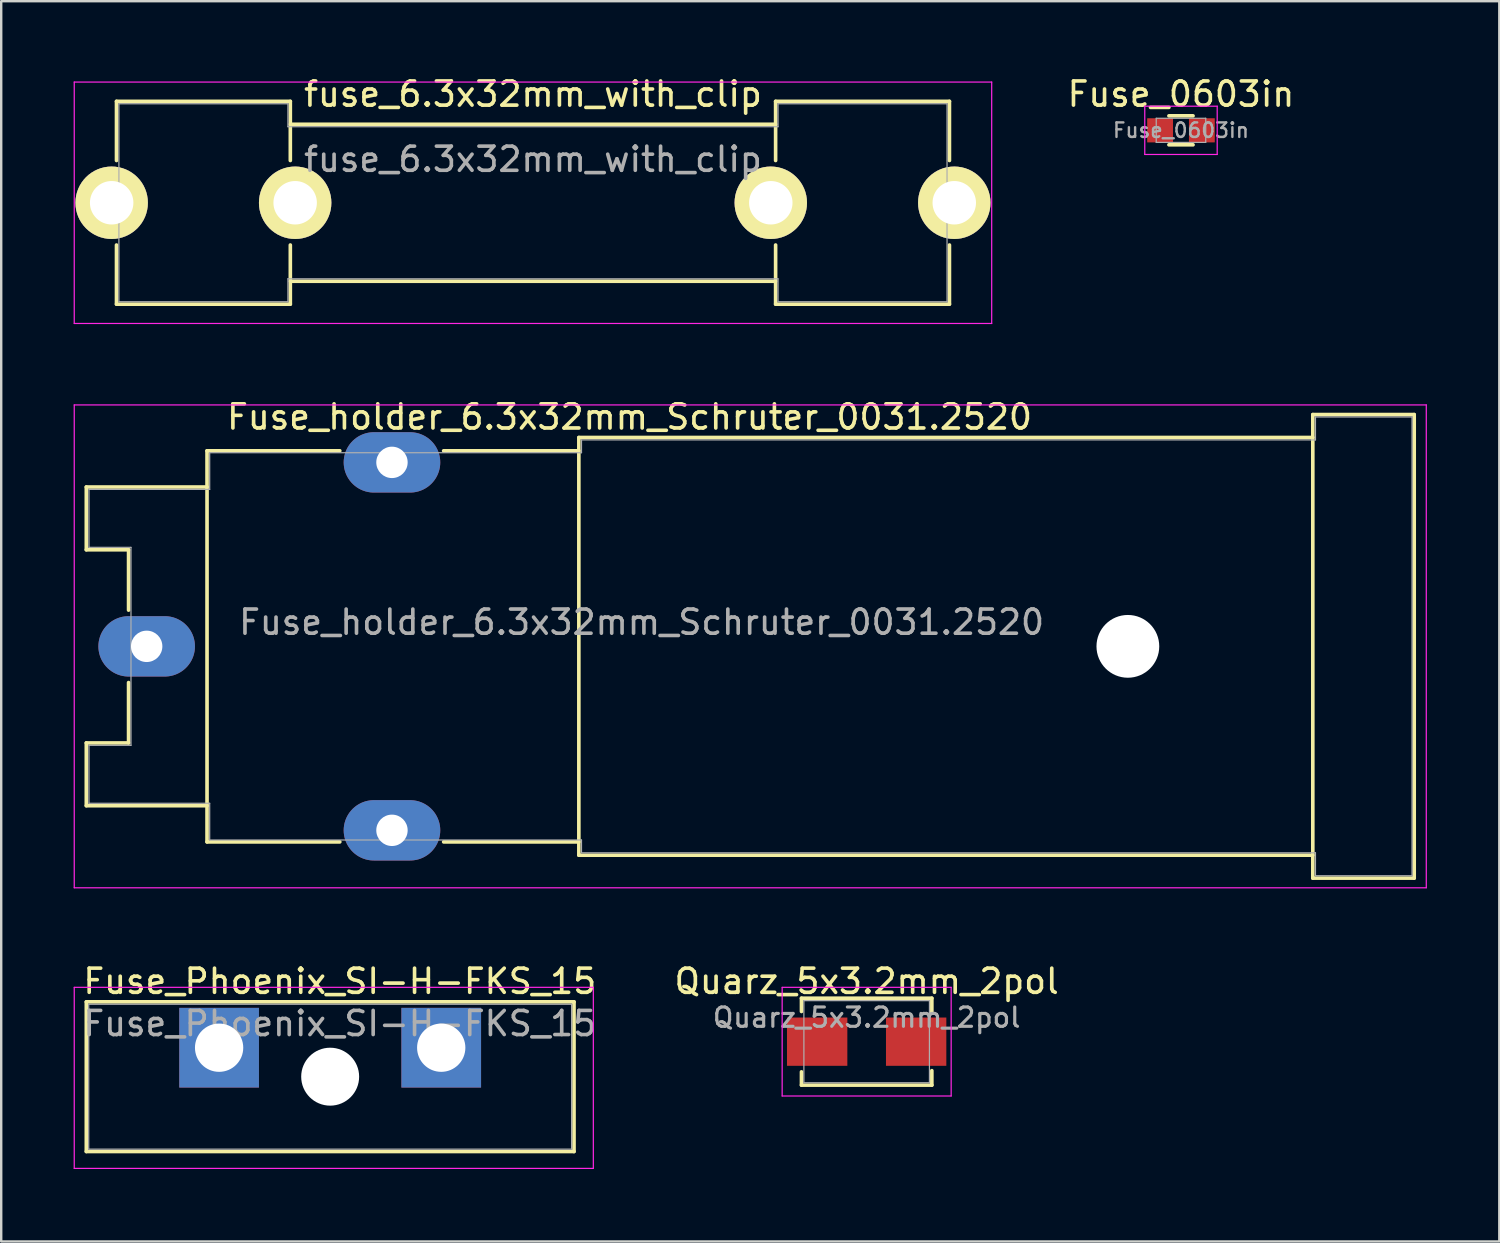
<source format=kicad_pcb>
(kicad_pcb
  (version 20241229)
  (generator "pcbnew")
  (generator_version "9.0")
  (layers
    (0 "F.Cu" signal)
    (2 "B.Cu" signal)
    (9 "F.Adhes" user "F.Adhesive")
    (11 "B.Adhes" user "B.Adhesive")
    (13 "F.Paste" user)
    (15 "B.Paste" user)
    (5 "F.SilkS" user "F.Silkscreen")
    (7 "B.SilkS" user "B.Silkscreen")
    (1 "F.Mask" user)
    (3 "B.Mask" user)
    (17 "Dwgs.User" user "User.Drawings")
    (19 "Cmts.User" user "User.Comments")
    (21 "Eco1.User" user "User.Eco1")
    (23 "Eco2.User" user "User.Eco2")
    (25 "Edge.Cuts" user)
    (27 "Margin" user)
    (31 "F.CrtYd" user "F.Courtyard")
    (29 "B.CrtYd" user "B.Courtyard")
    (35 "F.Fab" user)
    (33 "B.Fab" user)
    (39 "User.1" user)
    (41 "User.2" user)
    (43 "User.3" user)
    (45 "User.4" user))
  (footprint "Quarz_5x3.2mm_2pol"
    (layer "F.Cu")
    (at 32.846 40.095)
    (property "Reference" "Quarz_5x3.2mm_2pol" (at 0 -1 0) (layer "F.Fab") (effects (font (size 0.8 0.8) (thickness 0.13))))
    (attr through_hole)
    (fp_line (start -2.7 -1.8) (end -2.7 -1.25) (stroke (width 0.15) (type solid)) (layer "F.SilkS"))
    (fp_line (start -2.7 -1.8) (end 2.7 -1.8) (stroke (width 0.15) (type solid)) (layer "F.SilkS"))
    (fp_line (start -2.7 1.8) (end -2.7 1.25) (stroke (width 0.15) (type solid)) (layer "F.SilkS"))
    (fp_line (start 2.7 -1.8) (end 2.7 -1.2) (stroke (width 0.15) (type solid)) (layer "F.SilkS"))
    (fp_line (start 2.7 1.8) (end -2.7 1.8) (stroke (width 0.15) (type solid)) (layer "F.SilkS"))
    (fp_line (start 2.7 1.8) (end 2.7 1.2) (stroke (width 0.15) (type solid)) (layer "F.SilkS"))
    (fp_line (start -3.5 -2.25) (end 3.5 -2.25) (stroke (width 0.05) (type solid)) (layer "F.CrtYd"))
    (fp_line (start -3.5 2.25) (end -3.5 -2.25) (stroke (width 0.05) (type solid)) (layer "F.CrtYd"))
    (fp_line (start 3.5 -2.25) (end 3.5 2.25) (stroke (width 0.05) (type solid)) (layer "F.CrtYd"))
    (fp_line (start 3.5 2.25) (end -3.5 2.25) (stroke (width 0.05) (type solid)) (layer "F.CrtYd"))
    (fp_line (start -2.6 -1.7) (end 2.6 -1.7) (stroke (width 0.05) (type solid)) (layer "F.Fab"))
    (fp_line (start -2.6 1.7) (end -2.6 -1.7) (stroke (width 0.05) (type solid)) (layer "F.Fab"))
    (fp_line (start 2.6 -1.7) (end 2.6 1.7) (stroke (width 0.05) (type solid)) (layer "F.Fab"))
    (fp_line (start 2.6 1.7) (end -2.6 1.7) (stroke (width 0.05) (type solid)) (layer "F.Fab"))
    (fp_text user "${REFERENCE}" (at 0 -2.5 0) (layer "F.SilkS") (effects (font (size 1 1) (thickness 0.15))))
    (pad "1" smd rect (at -2.05 0) (size 2.5 2) (layers "F.Cu" "F.Mask" "F.Paste"))
    (pad "2" smd rect (at 2.05 0) (size 2.5 2) (layers "F.Cu" "F.Mask" "F.Paste")))
  (footprint "Fuse_holder_6.3x32mm_Schruter_0031.2520"
    (layer "F.Cu")
    (at 3.025 23.721)
    (property "Reference" "Fuse_holder_6.3x32mm_Schruter_0031.2520" (at 20.5 -1 0) (layer "F.Fab") (effects (font (size 1 1) (thickness 0.15))))
    (attr through_hole)
    (fp_line (start -2.5 -6.6) (end 2.5 -6.6) (stroke (width 0.15) (type solid)) (layer "F.SilkS"))
    (fp_line (start -2.5 -4) (end -2.5 -6.6) (stroke (width 0.15) (type solid)) (layer "F.SilkS"))
    (fp_line (start -2.5 4) (end -0.75 4) (stroke (width 0.15) (type solid)) (layer "F.SilkS"))
    (fp_line (start -2.5 6.6) (end -2.5 4) (stroke (width 0.15) (type solid)) (layer "F.SilkS"))
    (fp_line (start -2.5 6.6) (end 2.5 6.6) (stroke (width 0.15) (type solid)) (layer "F.SilkS"))
    (fp_line (start -0.75 -4) (end -2.5 -4) (stroke (width 0.15) (type solid)) (layer "F.SilkS"))
    (fp_line (start -0.75 -1.5) (end -0.75 -4) (stroke (width 0.15) (type solid)) (layer "F.SilkS"))
    (fp_line (start -0.75 4) (end -0.75 1.5) (stroke (width 0.15) (type solid)) (layer "F.SilkS"))
    (fp_line (start 2.5 -8.1) (end 8 -8.1) (stroke (width 0.15) (type solid)) (layer "F.SilkS"))
    (fp_line (start 2.5 8.1) (end 2.5 -8.1) (stroke (width 0.15) (type solid)) (layer "F.SilkS"))
    (fp_line (start 2.5 8.1) (end 8 8.1) (stroke (width 0.15) (type solid)) (layer "F.SilkS"))
    (fp_line (start 12.3 -8.1) (end 17.9 -8.1) (stroke (width 0.15) (type solid)) (layer "F.SilkS"))
    (fp_line (start 12.3 8.1) (end 17.9 8.1) (stroke (width 0.15) (type solid)) (layer "F.SilkS"))
    (fp_line (start 17.9 -8.65) (end 48.3 -8.65) (stroke (width 0.15) (type solid)) (layer "F.SilkS"))
    (fp_line (start 17.9 8.65) (end 17.9 -8.65) (stroke (width 0.15) (type solid)) (layer "F.SilkS"))
    (fp_line (start 17.9 8.65) (end 48.3 8.65) (stroke (width 0.15) (type solid)) (layer "F.SilkS"))
    (fp_line (start 48.3 -9.6) (end 52.5 -9.6) (stroke (width 0.15) (type solid)) (layer "F.SilkS"))
    (fp_line (start 48.3 9.6) (end 48.3 -9.6) (stroke (width 0.15) (type solid)) (layer "F.SilkS"))
    (fp_line (start 48.3 9.6) (end 52.5 9.6) (stroke (width 0.15) (type solid)) (layer "F.SilkS"))
    (fp_line (start 52.5 -9.6) (end 52.5 9.6) (stroke (width 0.15) (type solid)) (layer "F.SilkS"))
    (fp_line (start -3 -10) (end 53 -10) (stroke (width 0.05) (type solid)) (layer "F.CrtYd"))
    (fp_line (start -3 10) (end -3 -10) (stroke (width 0.05) (type solid)) (layer "F.CrtYd"))
    (fp_line (start 53 -10) (end 53 10) (stroke (width 0.05) (type solid)) (layer "F.CrtYd"))
    (fp_line (start 53 10) (end -3 10) (stroke (width 0.05) (type solid)) (layer "F.CrtYd"))
    (fp_line (start -2.39 -4.1) (end -2.39 -6.5) (stroke (width 0.05) (type solid)) (layer "F.Fab"))
    (fp_line (start -2.39 -4.1) (end -0.65 -4.1) (stroke (width 0.05) (type solid)) (layer "F.Fab"))
    (fp_line (start -2.39 4.1) (end -2.39 6.5) (stroke (width 0.05) (type solid)) (layer "F.Fab"))
    (fp_line (start -2.39 6.5) (end 2.61 6.5) (stroke (width 0.05) (type solid)) (layer "F.Fab"))
    (fp_line (start -0.65 -4.1) (end -0.65 4.1) (stroke (width 0.05) (type solid)) (layer "F.Fab"))
    (fp_line (start -0.65 4.1) (end -2.39 4.1) (stroke (width 0.05) (type solid)) (layer "F.Fab"))
    (fp_line (start 2.61 -8.02) (end 2.61 -6.5) (stroke (width 0.05) (type solid)) (layer "F.Fab"))
    (fp_line (start 2.61 -6.5) (end -2.39 -6.5) (stroke (width 0.05) (type solid)) (layer "F.Fab"))
    (fp_line (start 2.61 6.5) (end 2.61 8.02) (stroke (width 0.05) (type solid)) (layer "F.Fab"))
    (fp_line (start 2.61 8.02) (end 18.01 8.02) (stroke (width 0.05) (type solid)) (layer "F.Fab"))
    (fp_line (start 18.01 -8.55) (end 18.01 -8.02) (stroke (width 0.05) (type solid)) (layer "F.Fab"))
    (fp_line (start 18.01 -8.02) (end 2.61 -8.02) (stroke (width 0.05) (type solid)) (layer "F.Fab"))
    (fp_line (start 18.01 8.02) (end 18.01 8.55) (stroke (width 0.05) (type solid)) (layer "F.Fab"))
    (fp_line (start 18.01 8.55) (end 48.41 8.55) (stroke (width 0.05) (type solid)) (layer "F.Fab"))
    (fp_line (start 48.41 -9.5) (end 48.41 -8.55) (stroke (width 0.05) (type solid)) (layer "F.Fab"))
    (fp_line (start 48.41 -8.55) (end 18.01 -8.55) (stroke (width 0.05) (type solid)) (layer "F.Fab"))
    (fp_line (start 48.41 8.55) (end 48.41 9.5) (stroke (width 0.05) (type solid)) (layer "F.Fab"))
    (fp_line (start 48.41 9.5) (end 52.41 9.5) (stroke (width 0.05) (type solid)) (layer "F.Fab"))
    (fp_line (start 52.41 -9.5) (end 48.41 -9.5) (stroke (width 0.05) (type solid)) (layer "F.Fab"))
    (fp_line (start 52.41 -9.5) (end 52.41 9.5) (stroke (width 0.05) (type solid)) (layer "F.Fab"))
    (fp_text user "${REFERENCE}" (at 20 -9.5 0) (layer "F.SilkS") (effects (font (size 1 1) (thickness 0.15))))
    (pad "" np_thru_hole circle (at 40.64 0) (size 2.6 2.6) (drill 2.6) (layers "*.Cu" "*.Mask"))
    (pad "1" thru_hole oval (at 0 0) (size 4 2.5) (drill 1.3) (layers "*.Cu" "*.Mask"))
    (pad "2" thru_hole oval (at 10.16 -7.62) (size 4 2.5) (drill 1.3) (layers "*.Cu" "*.Mask"))
    (pad "2" thru_hole oval (at 10.16 7.62) (size 4 2.5) (drill 1.3) (layers "*.Cu" "*.Mask")))
  (footprint "Fuse_Phoenix_SI-H-FKS_15"
    (layer "F.Cu")
    (at 6.025 40.345)
    (property "Reference" "Fuse_Phoenix_SI-H-FKS_15" (at 5 -1 0) (layer "F.Fab") (effects (font (size 1 1) (thickness 0.15))))
    (attr through_hole)
    (fp_line (start -5.5 -1.9) (end 14.7 -1.9) (stroke (width 0.15) (type solid)) (layer "F.SilkS"))
    (fp_line (start -5.5 4.3) (end -5.5 -1.9) (stroke (width 0.15) (type solid)) (layer "F.SilkS"))
    (fp_line (start 14.7 -1.9) (end 14.7 4.3) (stroke (width 0.15) (type solid)) (layer "F.SilkS"))
    (fp_line (start 14.7 4.3) (end -5.5 4.3) (stroke (width 0.15) (type solid)) (layer "F.SilkS"))
    (fp_line (start -6 -2.5) (end 15.5 -2.5) (stroke (width 0.05) (type solid)) (layer "F.CrtYd"))
    (fp_line (start -6 5) (end -6 -2.5) (stroke (width 0.05) (type solid)) (layer "F.CrtYd"))
    (fp_line (start 15.5 -2.5) (end 15.5 5) (stroke (width 0.05) (type solid)) (layer "F.CrtYd"))
    (fp_line (start 15.5 5) (end -6 5) (stroke (width 0.05) (type solid)) (layer "F.CrtYd"))
    (fp_line (start -5.4 -1.8) (end 14.6 -1.8) (stroke (width 0.05) (type solid)) (layer "F.Fab"))
    (fp_line (start -5.4 4.2) (end -5.4 -1.8) (stroke (width 0.05) (type solid)) (layer "F.Fab"))
    (fp_line (start 14.6 -1.8) (end 14.6 4.2) (stroke (width 0.05) (type solid)) (layer "F.Fab"))
    (fp_line (start 14.6 4.2) (end -5.4 4.2) (stroke (width 0.05) (type solid)) (layer "F.Fab"))
    (fp_text user "${REFERENCE}" (at 5 -2.75 0) (layer "F.SilkS") (effects (font (size 1 1) (thickness 0.15))))
    (pad "" np_thru_hole circle (at 4.6 1.2) (size 2.4 2.4) (drill 2.4) (layers "*.Cu" "*.Mask"))
    (pad "1" thru_hole rect (at 0 0) (size 3.3 3.3) (drill 2) (layers "*.Cu" "*.Mask"))
    (pad "2" thru_hole rect (at 9.2 0) (size 3.3 3.3) (drill 2) (layers "*.Cu" "*.Mask")))
  (footprint "Fuse_0603in"
    (layer "F.Cu")
    (at 45.865 2.348)
    (property "Reference" "Fuse_0603in" (at 0 0 0) (layer "F.Fab") (effects (font (size 0.6 0.6) (thickness 0.1))))
    (attr smd)
    (fp_line (start -0.5 -0.6) (end 0.5 -0.6) (stroke (width 0.15) (type solid)) (layer "F.SilkS"))
    (fp_line (start 0.5 0.6) (end -0.5 0.6) (stroke (width 0.15) (type solid)) (layer "F.SilkS"))
    (fp_line (start -1.5 -1) (end -1.5 1) (stroke (width 0.05) (type solid)) (layer "F.CrtYd"))
    (fp_line (start -1.5 -1) (end 1.5 -1) (stroke (width 0.05) (type solid)) (layer "F.CrtYd"))
    (fp_line (start -1.5 1) (end 1.5 1) (stroke (width 0.05) (type solid)) (layer "F.CrtYd"))
    (fp_line (start 1.5 -1) (end 1.5 1) (stroke (width 0.05) (type solid)) (layer "F.CrtYd"))
    (fp_line (start -1.025 -0.5) (end 1.025 -0.5) (stroke (width 0.05) (type solid)) (layer "F.Fab"))
    (fp_line (start -1.025 0.5) (end -1.025 -0.5) (stroke (width 0.05) (type solid)) (layer "F.Fab"))
    (fp_line (start 1.025 -0.5) (end 1.025 0.5) (stroke (width 0.05) (type solid)) (layer "F.Fab"))
    (fp_line (start 1.025 0.5) (end -1.025 0.5) (stroke (width 0.05) (type solid)) (layer "F.Fab"))
    (fp_text user "${REFERENCE}" (at 0 -1.5 0) (layer "F.SilkS") (effects (font (size 1 1) (thickness 0.15))))
    (pad "1" smd rect (at -0.865 0) (size 1.07 1) (layers "F.Cu" "F.Mask" "F.Paste"))
    (pad "2" smd rect (at 0.865 0) (size 1.07 1) (layers "F.Cu" "F.Mask" "F.Paste")))
  (footprint "fuse_6.3x32mm_with_clip"
    (layer "F.Cu")
    (at 19.025 5.348)
    (property "Reference" "fuse_6.3x32mm_with_clip" (at 0 -1.8 0) (layer "F.Fab") (effects (font (size 1 1) (thickness 0.15))))
    (attr through_hole)
    (fp_line (start -17.25 -4.2) (end -10.05 -4.2) (stroke (width 0.15) (type solid)) (layer "F.SilkS"))
    (fp_line (start -17.25 -1.75) (end -17.25 -4.2) (stroke (width 0.15) (type solid)) (layer "F.SilkS"))
    (fp_line (start -17.25 4.2) (end -17.25 1.75) (stroke (width 0.15) (type solid)) (layer "F.SilkS"))
    (fp_line (start -10.05 -4.2) (end -10.05 -1.75) (stroke (width 0.15) (type solid)) (layer "F.SilkS"))
    (fp_line (start -10.05 -3.25) (end 10.05 -3.25) (stroke (width 0.15) (type solid)) (layer "F.SilkS"))
    (fp_line (start -10.05 1.75) (end -10.05 4.2) (stroke (width 0.15) (type solid)) (layer "F.SilkS"))
    (fp_line (start -10.05 4.2) (end -17.25 4.2) (stroke (width 0.15) (type solid)) (layer "F.SilkS"))
    (fp_line (start 10.05 -4.2) (end 17.25 -4.2) (stroke (width 0.15) (type solid)) (layer "F.SilkS"))
    (fp_line (start 10.05 -1.75) (end 10.05 -4.2) (stroke (width 0.15) (type solid)) (layer "F.SilkS"))
    (fp_line (start 10.05 3.25) (end -10.05 3.25) (stroke (width 0.15) (type solid)) (layer "F.SilkS"))
    (fp_line (start 10.05 4.2) (end 10.05 1.75) (stroke (width 0.15) (type solid)) (layer "F.SilkS"))
    (fp_line (start 17.25 -4.2) (end 17.25 -1.75) (stroke (width 0.15) (type solid)) (layer "F.SilkS"))
    (fp_line (start 17.25 1.75) (end 17.25 4.2) (stroke (width 0.15) (type solid)) (layer "F.SilkS"))
    (fp_line (start 17.25 4.2) (end 10.05 4.2) (stroke (width 0.15) (type solid)) (layer "F.SilkS"))
    (fp_line (start -19 -5) (end 19 -5) (stroke (width 0.05) (type solid)) (layer "F.CrtYd"))
    (fp_line (start -19 5) (end -19 -5) (stroke (width 0.05) (type solid)) (layer "F.CrtYd"))
    (fp_line (start 19 -5) (end 19 5) (stroke (width 0.05) (type solid)) (layer "F.CrtYd"))
    (fp_line (start 19 5) (end -19 5) (stroke (width 0.05) (type solid)) (layer "F.CrtYd"))
    (fp_line (start -17.15 -4.1) (end -10.15 -4.1) (stroke (width 0.05) (type solid)) (layer "F.Fab"))
    (fp_line (start -17.15 4.1) (end -17.15 -4.1) (stroke (width 0.05) (type solid)) (layer "F.Fab"))
    (fp_line (start -10.15 -4.1) (end -10.15 -3.15) (stroke (width 0.05) (type solid)) (layer "F.Fab"))
    (fp_line (start -10.15 -3.15) (end 10.15 -3.15) (stroke (width 0.05) (type solid)) (layer "F.Fab"))
    (fp_line (start -10.15 3.15) (end -10.15 4.1) (stroke (width 0.05) (type solid)) (layer "F.Fab"))
    (fp_line (start -10.15 4.1) (end -17.15 4.1) (stroke (width 0.05) (type solid)) (layer "F.Fab"))
    (fp_line (start 10.15 -4.1) (end 17.15 -4.1) (stroke (width 0.05) (type solid)) (layer "F.Fab"))
    (fp_line (start 10.15 -3.15) (end 10.15 -4.1) (stroke (width 0.05) (type solid)) (layer "F.Fab"))
    (fp_line (start 10.15 3.15) (end -10.15 3.15) (stroke (width 0.05) (type solid)) (layer "F.Fab"))
    (fp_line (start 10.15 4.1) (end 10.15 3.15) (stroke (width 0.05) (type solid)) (layer "F.Fab"))
    (fp_line (start 17.15 -4.1) (end 17.15 4.1) (stroke (width 0.05) (type solid)) (layer "F.Fab"))
    (fp_line (start 17.15 4.1) (end 10.15 4.1) (stroke (width 0.05) (type solid)) (layer "F.Fab"))
    (fp_text user "${REFERENCE}" (at 0 -4.5 0) (layer "F.SilkS") (effects (font (size 1 1) (thickness 0.15))))
    (pad "1" thru_hole circle (at -17.45 0) (size 3 3) (drill 1.8) (layers "*.Cu" "*.Mask" "F.SilkS"))
    (pad "1" thru_hole circle (at -9.85 0) (size 3 3) (drill 1.8) (layers "*.Cu" "*.Mask" "F.SilkS"))
    (pad "2" thru_hole circle (at 9.85 0) (size 3 3) (drill 1.8) (layers "*.Cu" "*.Mask" "F.SilkS"))
    (pad "2" thru_hole circle (at 17.45 0) (size 3 3) (drill 1.8) (layers "*.Cu" "*.Mask" "F.SilkS")))
  (gr_rect
    (start -3 -3)
    (end 59.05 48.37)
    (stroke (width 0.1) (type default))
    (fill no)
    (layer "Edge.Cuts")))
</source>
